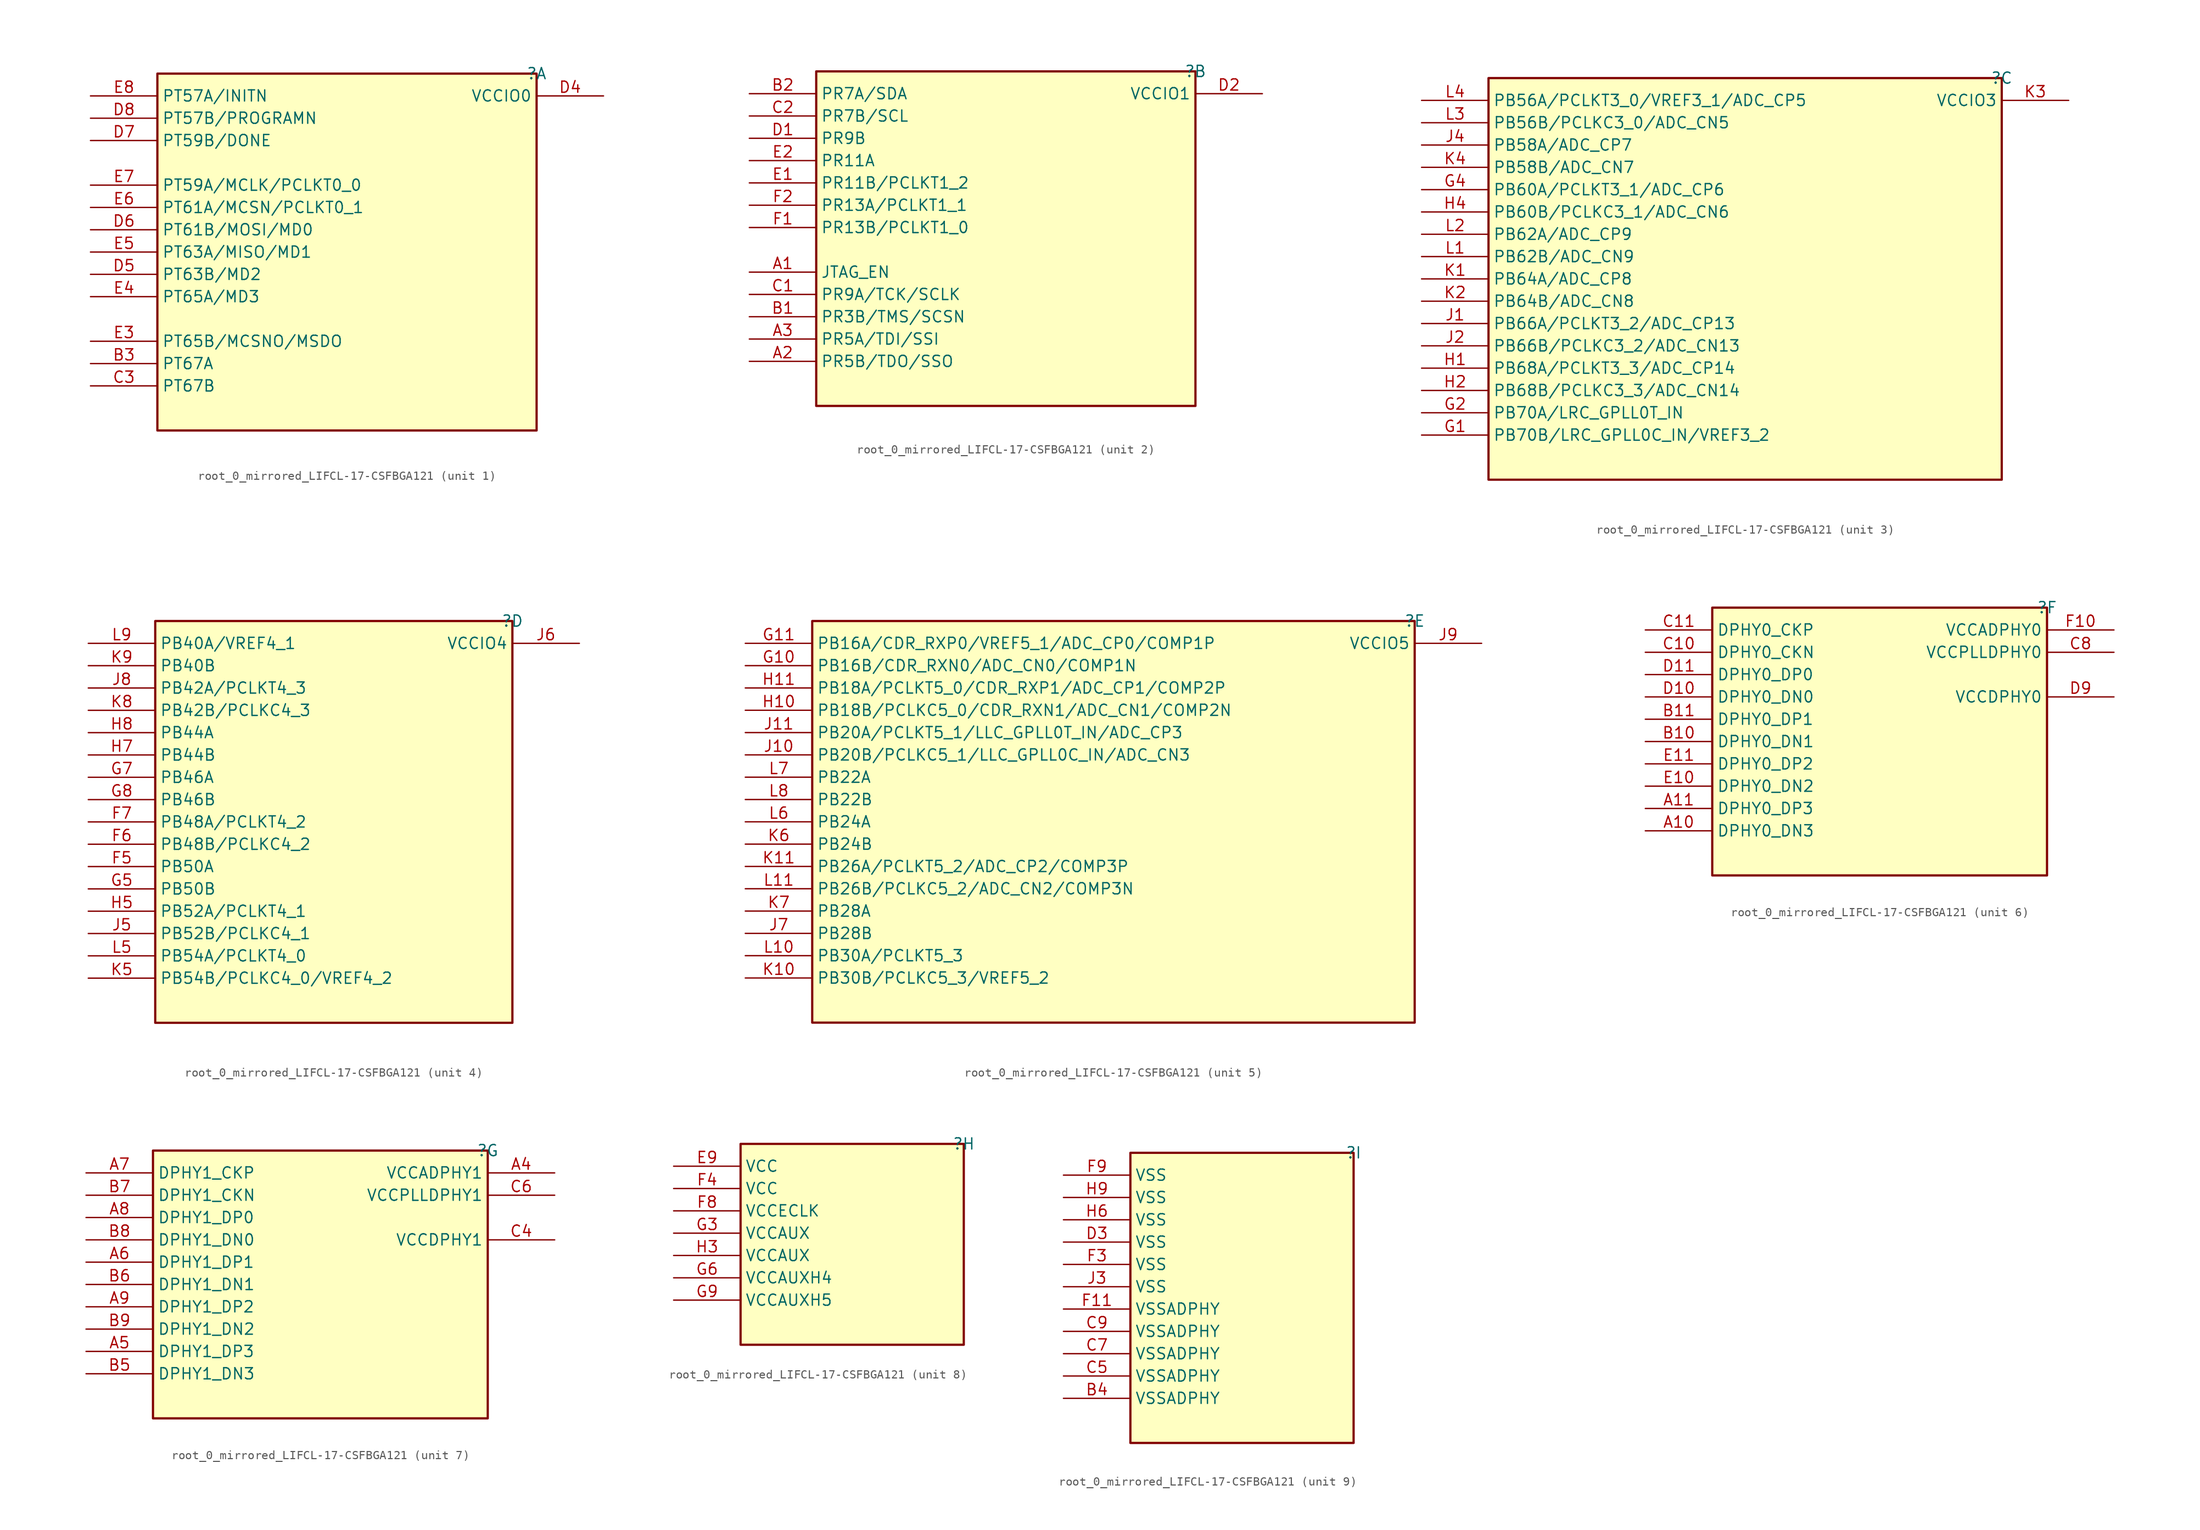
<source format=kicad_sym>
(kicad_symbol_lib
  (version 20231120)
  (generator "kicad_symbol_editor")
  (generator_version "8.0")
  (symbol "root_0_mirrored_LIFCL-17-CSFBGA121"
    (property "Reference" ""
      (at 0 0 0)
      (effects (font (size 1.27 1.27))))
    (property "Value" ""
      (at 0 0 0)
      (effects (font (size 1.27 1.27))))
    (symbol "root_0_mirrored_LIFCL-17-CSFBGA121_1_0"
      (rectangle (start 0 0) (end -43.18 -40.64) (stroke (width 0.254) (type solid) (color 128 0 0 1)) (fill (type background)))
      (pin bidirectional line (at -50.8 -33.02 0) (length 7.62) (name "PT67A" (effects (font (size 1.27 1.27)))) (number "B3" (effects (font (size 1.27 1.27)))))
      (pin bidirectional line (at -50.8 -35.56 0) (length 7.62) (name "PT67B" (effects (font (size 1.27 1.27)))) (number "C3" (effects (font (size 1.27 1.27)))))
      (pin bidirectional line (at 7.62 -2.54 180) (length 7.62) (name "VCCIO0" (effects (font (size 1.27 1.27)))) (number "D4" (effects (font (size 1.27 1.27)))))
      (pin bidirectional line (at -50.8 -22.86 0) (length 7.62) (name "PT63B/MD2" (effects (font (size 1.27 1.27)))) (number "D5" (effects (font (size 1.27 1.27)))))
      (pin bidirectional line (at -50.8 -17.78 0) (length 7.62) (name "PT61B/MOSI/MD0" (effects (font (size 1.27 1.27)))) (number "D6" (effects (font (size 1.27 1.27)))))
      (pin bidirectional line (at -50.8 -7.62 0) (length 7.62) (name "PT59B/DONE" (effects (font (size 1.27 1.27)))) (number "D7" (effects (font (size 1.27 1.27)))))
      (pin bidirectional line (at -50.8 -5.08 0) (length 7.62) (name "PT57B/PROGRAMN" (effects (font (size 1.27 1.27)))) (number "D8" (effects (font (size 1.27 1.27)))))
      (pin bidirectional line (at -50.8 -30.48 0) (length 7.62) (name "PT65B/MCSNO/MSDO" (effects (font (size 1.27 1.27)))) (number "E3" (effects (font (size 1.27 1.27)))))
      (pin bidirectional line (at -50.8 -25.4 0) (length 7.62) (name "PT65A/MD3" (effects (font (size 1.27 1.27)))) (number "E4" (effects (font (size 1.27 1.27)))))
      (pin bidirectional line (at -50.8 -20.32 0) (length 7.62) (name "PT63A/MISO/MD1" (effects (font (size 1.27 1.27)))) (number "E5" (effects (font (size 1.27 1.27)))))
      (pin bidirectional line (at -50.8 -15.24 0) (length 7.62) (name "PT61A/MCSN/PCLKT0_1" (effects (font (size 1.27 1.27)))) (number "E6" (effects (font (size 1.27 1.27)))))
      (pin bidirectional line (at -50.8 -12.7 0) (length 7.62) (name "PT59A/MCLK/PCLKT0_0" (effects (font (size 1.27 1.27)))) (number "E7" (effects (font (size 1.27 1.27)))))
      (pin bidirectional line (at -50.8 -2.54 0) (length 7.62) (name "PT57A/INITN" (effects (font (size 1.27 1.27)))) (number "E8" (effects (font (size 1.27 1.27))))))
    (symbol "root_0_mirrored_LIFCL-17-CSFBGA121_2_0"
      (rectangle (start 0 0) (end -43.18 -38.1) (stroke (width 0.254) (type solid) (color 128 0 0 1)) (fill (type background)))
      (pin bidirectional line (at -50.8 -22.86 0) (length 7.62) (name "JTAG_EN" (effects (font (size 1.27 1.27)))) (number "A1" (effects (font (size 1.27 1.27)))))
      (pin bidirectional line (at -50.8 -33.02 0) (length 7.62) (name "PR5B/TDO/SSO" (effects (font (size 1.27 1.27)))) (number "A2" (effects (font (size 1.27 1.27)))))
      (pin bidirectional line (at -50.8 -30.48 0) (length 7.62) (name "PR5A/TDI/SSI" (effects (font (size 1.27 1.27)))) (number "A3" (effects (font (size 1.27 1.27)))))
      (pin bidirectional line (at -50.8 -27.94 0) (length 7.62) (name "PR3B/TMS/SCSN" (effects (font (size 1.27 1.27)))) (number "B1" (effects (font (size 1.27 1.27)))))
      (pin bidirectional line (at -50.8 -2.54 0) (length 7.62) (name "PR7A/SDA" (effects (font (size 1.27 1.27)))) (number "B2" (effects (font (size 1.27 1.27)))))
      (pin bidirectional line (at -50.8 -25.4 0) (length 7.62) (name "PR9A/TCK/SCLK" (effects (font (size 1.27 1.27)))) (number "C1" (effects (font (size 1.27 1.27)))))
      (pin bidirectional line (at -50.8 -5.08 0) (length 7.62) (name "PR7B/SCL" (effects (font (size 1.27 1.27)))) (number "C2" (effects (font (size 1.27 1.27)))))
      (pin bidirectional line (at -50.8 -7.62 0) (length 7.62) (name "PR9B" (effects (font (size 1.27 1.27)))) (number "D1" (effects (font (size 1.27 1.27)))))
      (pin bidirectional line (at 7.62 -2.54 180) (length 7.62) (name "VCCIO1" (effects (font (size 1.27 1.27)))) (number "D2" (effects (font (size 1.27 1.27)))))
      (pin bidirectional line (at -50.8 -12.7 0) (length 7.62) (name "PR11B/PCLKT1_2" (effects (font (size 1.27 1.27)))) (number "E1" (effects (font (size 1.27 1.27)))))
      (pin bidirectional line (at -50.8 -10.16 0) (length 7.62) (name "PR11A" (effects (font (size 1.27 1.27)))) (number "E2" (effects (font (size 1.27 1.27)))))
      (pin bidirectional line (at -50.8 -17.78 0) (length 7.62) (name "PR13B/PCLKT1_0" (effects (font (size 1.27 1.27)))) (number "F1" (effects (font (size 1.27 1.27)))))
      (pin bidirectional line (at -50.8 -15.24 0) (length 7.62) (name "PR13A/PCLKT1_1" (effects (font (size 1.27 1.27)))) (number "F2" (effects (font (size 1.27 1.27))))))
    (symbol "root_0_mirrored_LIFCL-17-CSFBGA121_3_0"
      (rectangle (start 0 0) (end -58.42 -45.72) (stroke (width 0.254) (type solid) (color 128 0 0 1)) (fill (type background)))
      (pin bidirectional line (at -66.04 -40.64 0) (length 7.62) (name "PB70B/LRC_GPLL0C_IN/VREF3_2" (effects (font (size 1.27 1.27)))) (number "G1" (effects (font (size 1.27 1.27)))))
      (pin bidirectional line (at -66.04 -38.1 0) (length 7.62) (name "PB70A/LRC_GPLL0T_IN" (effects (font (size 1.27 1.27)))) (number "G2" (effects (font (size 1.27 1.27)))))
      (pin bidirectional line (at -66.04 -12.7 0) (length 7.62) (name "PB60A/PCLKT3_1/ADC_CP6" (effects (font (size 1.27 1.27)))) (number "G4" (effects (font (size 1.27 1.27)))))
      (pin bidirectional line (at -66.04 -33.02 0) (length 7.62) (name "PB68A/PCLKT3_3/ADC_CP14" (effects (font (size 1.27 1.27)))) (number "H1" (effects (font (size 1.27 1.27)))))
      (pin bidirectional line (at -66.04 -35.56 0) (length 7.62) (name "PB68B/PCLKC3_3/ADC_CN14" (effects (font (size 1.27 1.27)))) (number "H2" (effects (font (size 1.27 1.27)))))
      (pin bidirectional line (at -66.04 -15.24 0) (length 7.62) (name "PB60B/PCLKC3_1/ADC_CN6" (effects (font (size 1.27 1.27)))) (number "H4" (effects (font (size 1.27 1.27)))))
      (pin bidirectional line (at -66.04 -27.94 0) (length 7.62) (name "PB66A/PCLKT3_2/ADC_CP13" (effects (font (size 1.27 1.27)))) (number "J1" (effects (font (size 1.27 1.27)))))
      (pin bidirectional line (at -66.04 -30.48 0) (length 7.62) (name "PB66B/PCLKC3_2/ADC_CN13" (effects (font (size 1.27 1.27)))) (number "J2" (effects (font (size 1.27 1.27)))))
      (pin bidirectional line (at -66.04 -7.62 0) (length 7.62) (name "PB58A/ADC_CP7" (effects (font (size 1.27 1.27)))) (number "J4" (effects (font (size 1.27 1.27)))))
      (pin bidirectional line (at -66.04 -22.86 0) (length 7.62) (name "PB64A/ADC_CP8" (effects (font (size 1.27 1.27)))) (number "K1" (effects (font (size 1.27 1.27)))))
      (pin bidirectional line (at -66.04 -25.4 0) (length 7.62) (name "PB64B/ADC_CN8" (effects (font (size 1.27 1.27)))) (number "K2" (effects (font (size 1.27 1.27)))))
      (pin bidirectional line (at 7.62 -2.54 180) (length 7.62) (name "VCCIO3" (effects (font (size 1.27 1.27)))) (number "K3" (effects (font (size 1.27 1.27)))))
      (pin bidirectional line (at -66.04 -10.16 0) (length 7.62) (name "PB58B/ADC_CN7" (effects (font (size 1.27 1.27)))) (number "K4" (effects (font (size 1.27 1.27)))))
      (pin bidirectional line (at -66.04 -20.32 0) (length 7.62) (name "PB62B/ADC_CN9" (effects (font (size 1.27 1.27)))) (number "L1" (effects (font (size 1.27 1.27)))))
      (pin bidirectional line (at -66.04 -17.78 0) (length 7.62) (name "PB62A/ADC_CP9" (effects (font (size 1.27 1.27)))) (number "L2" (effects (font (size 1.27 1.27)))))
      (pin bidirectional line (at -66.04 -5.08 0) (length 7.62) (name "PB56B/PCLKC3_0/ADC_CN5" (effects (font (size 1.27 1.27)))) (number "L3" (effects (font (size 1.27 1.27)))))
      (pin bidirectional line (at -66.04 -2.54 0) (length 7.62) (name "PB56A/PCLKT3_0/VREF3_1/ADC_CP5" (effects (font (size 1.27 1.27)))) (number "L4" (effects (font (size 1.27 1.27))))))
    (symbol "root_0_mirrored_LIFCL-17-CSFBGA121_4_0"
      (rectangle (start 0 0) (end -40.64 -45.72) (stroke (width 0.254) (type solid) (color 128 0 0 1)) (fill (type background)))
      (pin bidirectional line (at -48.26 -27.94 0) (length 7.62) (name "PB50A" (effects (font (size 1.27 1.27)))) (number "F5" (effects (font (size 1.27 1.27)))))
      (pin bidirectional line (at -48.26 -25.4 0) (length 7.62) (name "PB48B/PCLKC4_2" (effects (font (size 1.27 1.27)))) (number "F6" (effects (font (size 1.27 1.27)))))
      (pin bidirectional line (at -48.26 -22.86 0) (length 7.62) (name "PB48A/PCLKT4_2" (effects (font (size 1.27 1.27)))) (number "F7" (effects (font (size 1.27 1.27)))))
      (pin bidirectional line (at -48.26 -30.48 0) (length 7.62) (name "PB50B" (effects (font (size 1.27 1.27)))) (number "G5" (effects (font (size 1.27 1.27)))))
      (pin bidirectional line (at -48.26 -17.78 0) (length 7.62) (name "PB46A" (effects (font (size 1.27 1.27)))) (number "G7" (effects (font (size 1.27 1.27)))))
      (pin bidirectional line (at -48.26 -20.32 0) (length 7.62) (name "PB46B" (effects (font (size 1.27 1.27)))) (number "G8" (effects (font (size 1.27 1.27)))))
      (pin bidirectional line (at -48.26 -33.02 0) (length 7.62) (name "PB52A/PCLKT4_1" (effects (font (size 1.27 1.27)))) (number "H5" (effects (font (size 1.27 1.27)))))
      (pin bidirectional line (at -48.26 -15.24 0) (length 7.62) (name "PB44B" (effects (font (size 1.27 1.27)))) (number "H7" (effects (font (size 1.27 1.27)))))
      (pin bidirectional line (at -48.26 -12.7 0) (length 7.62) (name "PB44A" (effects (font (size 1.27 1.27)))) (number "H8" (effects (font (size 1.27 1.27)))))
      (pin bidirectional line (at -48.26 -35.56 0) (length 7.62) (name "PB52B/PCLKC4_1" (effects (font (size 1.27 1.27)))) (number "J5" (effects (font (size 1.27 1.27)))))
      (pin bidirectional line (at 7.62 -2.54 180) (length 7.62) (name "VCCIO4" (effects (font (size 1.27 1.27)))) (number "J6" (effects (font (size 1.27 1.27)))))
      (pin bidirectional line (at -48.26 -7.62 0) (length 7.62) (name "PB42A/PCLKT4_3" (effects (font (size 1.27 1.27)))) (number "J8" (effects (font (size 1.27 1.27)))))
      (pin bidirectional line (at -48.26 -40.64 0) (length 7.62) (name "PB54B/PCLKC4_0/VREF4_2" (effects (font (size 1.27 1.27)))) (number "K5" (effects (font (size 1.27 1.27)))))
      (pin bidirectional line (at -48.26 -10.16 0) (length 7.62) (name "PB42B/PCLKC4_3" (effects (font (size 1.27 1.27)))) (number "K8" (effects (font (size 1.27 1.27)))))
      (pin bidirectional line (at -48.26 -5.08 0) (length 7.62) (name "PB40B" (effects (font (size 1.27 1.27)))) (number "K9" (effects (font (size 1.27 1.27)))))
      (pin bidirectional line (at -48.26 -38.1 0) (length 7.62) (name "PB54A/PCLKT4_0" (effects (font (size 1.27 1.27)))) (number "L5" (effects (font (size 1.27 1.27)))))
      (pin bidirectional line (at -48.26 -2.54 0) (length 7.62) (name "PB40A/VREF4_1" (effects (font (size 1.27 1.27)))) (number "L9" (effects (font (size 1.27 1.27))))))
    (symbol "root_0_mirrored_LIFCL-17-CSFBGA121_5_0"
      (rectangle (start 0 0) (end -68.58 -45.72) (stroke (width 0.254) (type solid) (color 128 0 0 1)) (fill (type background)))
      (pin bidirectional line (at -76.2 -5.08 0) (length 7.62) (name "PB16B/CDR_RXN0/ADC_CN0/COMP1N" (effects (font (size 1.27 1.27)))) (number "G10" (effects (font (size 1.27 1.27)))))
      (pin bidirectional line (at -76.2 -2.54 0) (length 7.62) (name "PB16A/CDR_RXP0/VREF5_1/ADC_CP0/COMP1P" (effects (font (size 1.27 1.27)))) (number "G11" (effects (font (size 1.27 1.27)))))
      (pin bidirectional line (at -76.2 -10.16 0) (length 7.62) (name "PB18B/PCLKC5_0/CDR_RXN1/ADC_CN1/COMP2N" (effects (font (size 1.27 1.27)))) (number "H10" (effects (font (size 1.27 1.27)))))
      (pin bidirectional line (at -76.2 -7.62 0) (length 7.62) (name "PB18A/PCLKT5_0/CDR_RXP1/ADC_CP1/COMP2P" (effects (font (size 1.27 1.27)))) (number "H11" (effects (font (size 1.27 1.27)))))
      (pin bidirectional line (at -76.2 -15.24 0) (length 7.62) (name "PB20B/PCLKC5_1/LLC_GPLL0C_IN/ADC_CN3" (effects (font (size 1.27 1.27)))) (number "J10" (effects (font (size 1.27 1.27)))))
      (pin bidirectional line (at -76.2 -12.7 0) (length 7.62) (name "PB20A/PCLKT5_1/LLC_GPLL0T_IN/ADC_CP3" (effects (font (size 1.27 1.27)))) (number "J11" (effects (font (size 1.27 1.27)))))
      (pin bidirectional line (at -76.2 -35.56 0) (length 7.62) (name "PB28B" (effects (font (size 1.27 1.27)))) (number "J7" (effects (font (size 1.27 1.27)))))
      (pin bidirectional line (at 7.62 -2.54 180) (length 7.62) (name "VCCIO5" (effects (font (size 1.27 1.27)))) (number "J9" (effects (font (size 1.27 1.27)))))
      (pin bidirectional line (at -76.2 -40.64 0) (length 7.62) (name "PB30B/PCLKC5_3/VREF5_2" (effects (font (size 1.27 1.27)))) (number "K10" (effects (font (size 1.27 1.27)))))
      (pin bidirectional line (at -76.2 -27.94 0) (length 7.62) (name "PB26A/PCLKT5_2/ADC_CP2/COMP3P" (effects (font (size 1.27 1.27)))) (number "K11" (effects (font (size 1.27 1.27)))))
      (pin bidirectional line (at -76.2 -25.4 0) (length 7.62) (name "PB24B" (effects (font (size 1.27 1.27)))) (number "K6" (effects (font (size 1.27 1.27)))))
      (pin bidirectional line (at -76.2 -33.02 0) (length 7.62) (name "PB28A" (effects (font (size 1.27 1.27)))) (number "K7" (effects (font (size 1.27 1.27)))))
      (pin bidirectional line (at -76.2 -38.1 0) (length 7.62) (name "PB30A/PCLKT5_3" (effects (font (size 1.27 1.27)))) (number "L10" (effects (font (size 1.27 1.27)))))
      (pin bidirectional line (at -76.2 -30.48 0) (length 7.62) (name "PB26B/PCLKC5_2/ADC_CN2/COMP3N" (effects (font (size 1.27 1.27)))) (number "L11" (effects (font (size 1.27 1.27)))))
      (pin bidirectional line (at -76.2 -22.86 0) (length 7.62) (name "PB24A" (effects (font (size 1.27 1.27)))) (number "L6" (effects (font (size 1.27 1.27)))))
      (pin bidirectional line (at -76.2 -17.78 0) (length 7.62) (name "PB22A" (effects (font (size 1.27 1.27)))) (number "L7" (effects (font (size 1.27 1.27)))))
      (pin bidirectional line (at -76.2 -20.32 0) (length 7.62) (name "PB22B" (effects (font (size 1.27 1.27)))) (number "L8" (effects (font (size 1.27 1.27))))))
    (symbol "root_0_mirrored_LIFCL-17-CSFBGA121_6_0"
      (rectangle (start 0 0) (end -38.1 -30.48) (stroke (width 0.254) (type solid) (color 128 0 0 1)) (fill (type background)))
      (pin bidirectional line (at -45.72 -25.4 0) (length 7.62) (name "DPHY0_DN3" (effects (font (size 1.27 1.27)))) (number "A10" (effects (font (size 1.27 1.27)))))
      (pin bidirectional line (at -45.72 -22.86 0) (length 7.62) (name "DPHY0_DP3" (effects (font (size 1.27 1.27)))) (number "A11" (effects (font (size 1.27 1.27)))))
      (pin bidirectional line (at -45.72 -15.24 0) (length 7.62) (name "DPHY0_DN1" (effects (font (size 1.27 1.27)))) (number "B10" (effects (font (size 1.27 1.27)))))
      (pin bidirectional line (at -45.72 -12.7 0) (length 7.62) (name "DPHY0_DP1" (effects (font (size 1.27 1.27)))) (number "B11" (effects (font (size 1.27 1.27)))))
      (pin bidirectional line (at -45.72 -5.08 0) (length 7.62) (name "DPHY0_CKN" (effects (font (size 1.27 1.27)))) (number "C10" (effects (font (size 1.27 1.27)))))
      (pin bidirectional line (at -45.72 -2.54 0) (length 7.62) (name "DPHY0_CKP" (effects (font (size 1.27 1.27)))) (number "C11" (effects (font (size 1.27 1.27)))))
      (pin bidirectional line (at 7.62 -5.08 180) (length 7.62) (name "VCCPLLDPHY0" (effects (font (size 1.27 1.27)))) (number "C8" (effects (font (size 1.27 1.27)))))
      (pin bidirectional line (at -45.72 -10.16 0) (length 7.62) (name "DPHY0_DN0" (effects (font (size 1.27 1.27)))) (number "D10" (effects (font (size 1.27 1.27)))))
      (pin bidirectional line (at -45.72 -7.62 0) (length 7.62) (name "DPHY0_DP0" (effects (font (size 1.27 1.27)))) (number "D11" (effects (font (size 1.27 1.27)))))
      (pin bidirectional line (at 7.62 -10.16 180) (length 7.62) (name "VCCDPHY0" (effects (font (size 1.27 1.27)))) (number "D9" (effects (font (size 1.27 1.27)))))
      (pin bidirectional line (at -45.72 -20.32 0) (length 7.62) (name "DPHY0_DN2" (effects (font (size 1.27 1.27)))) (number "E10" (effects (font (size 1.27 1.27)))))
      (pin bidirectional line (at -45.72 -17.78 0) (length 7.62) (name "DPHY0_DP2" (effects (font (size 1.27 1.27)))) (number "E11" (effects (font (size 1.27 1.27)))))
      (pin bidirectional line (at 7.62 -2.54 180) (length 7.62) (name "VCCADPHY0" (effects (font (size 1.27 1.27)))) (number "F10" (effects (font (size 1.27 1.27))))))
    (symbol "root_0_mirrored_LIFCL-17-CSFBGA121_7_0"
      (rectangle (start 0 0) (end -38.1 -30.48) (stroke (width 0.254) (type solid) (color 128 0 0 1)) (fill (type background)))
      (pin bidirectional line (at 7.62 -2.54 180) (length 7.62) (name "VCCADPHY1" (effects (font (size 1.27 1.27)))) (number "A4" (effects (font (size 1.27 1.27)))))
      (pin bidirectional line (at -45.72 -22.86 0) (length 7.62) (name "DPHY1_DP3" (effects (font (size 1.27 1.27)))) (number "A5" (effects (font (size 1.27 1.27)))))
      (pin bidirectional line (at -45.72 -12.7 0) (length 7.62) (name "DPHY1_DP1" (effects (font (size 1.27 1.27)))) (number "A6" (effects (font (size 1.27 1.27)))))
      (pin bidirectional line (at -45.72 -2.54 0) (length 7.62) (name "DPHY1_CKP" (effects (font (size 1.27 1.27)))) (number "A7" (effects (font (size 1.27 1.27)))))
      (pin bidirectional line (at -45.72 -7.62 0) (length 7.62) (name "DPHY1_DP0" (effects (font (size 1.27 1.27)))) (number "A8" (effects (font (size 1.27 1.27)))))
      (pin bidirectional line (at -45.72 -17.78 0) (length 7.62) (name "DPHY1_DP2" (effects (font (size 1.27 1.27)))) (number "A9" (effects (font (size 1.27 1.27)))))
      (pin bidirectional line (at -45.72 -25.4 0) (length 7.62) (name "DPHY1_DN3" (effects (font (size 1.27 1.27)))) (number "B5" (effects (font (size 1.27 1.27)))))
      (pin bidirectional line (at -45.72 -15.24 0) (length 7.62) (name "DPHY1_DN1" (effects (font (size 1.27 1.27)))) (number "B6" (effects (font (size 1.27 1.27)))))
      (pin bidirectional line (at -45.72 -5.08 0) (length 7.62) (name "DPHY1_CKN" (effects (font (size 1.27 1.27)))) (number "B7" (effects (font (size 1.27 1.27)))))
      (pin bidirectional line (at -45.72 -10.16 0) (length 7.62) (name "DPHY1_DN0" (effects (font (size 1.27 1.27)))) (number "B8" (effects (font (size 1.27 1.27)))))
      (pin bidirectional line (at -45.72 -20.32 0) (length 7.62) (name "DPHY1_DN2" (effects (font (size 1.27 1.27)))) (number "B9" (effects (font (size 1.27 1.27)))))
      (pin bidirectional line (at 7.62 -10.16 180) (length 7.62) (name "VCCDPHY1" (effects (font (size 1.27 1.27)))) (number "C4" (effects (font (size 1.27 1.27)))))
      (pin bidirectional line (at 7.62 -5.08 180) (length 7.62) (name "VCCPLLDPHY1" (effects (font (size 1.27 1.27)))) (number "C6" (effects (font (size 1.27 1.27))))))
    (symbol "root_0_mirrored_LIFCL-17-CSFBGA121_8_0"
      (rectangle (start 0 0) (end -25.4 -22.86) (stroke (width 0.254) (type solid) (color 128 0 0 1)) (fill (type background)))
      (pin bidirectional line (at -33.02 -2.54 0) (length 7.62) (name "VCC" (effects (font (size 1.27 1.27)))) (number "E9" (effects (font (size 1.27 1.27)))))
      (pin bidirectional line (at -33.02 -5.08 0) (length 7.62) (name "VCC" (effects (font (size 1.27 1.27)))) (number "F4" (effects (font (size 1.27 1.27)))))
      (pin bidirectional line (at -33.02 -7.62 0) (length 7.62) (name "VCCECLK" (effects (font (size 1.27 1.27)))) (number "F8" (effects (font (size 1.27 1.27)))))
      (pin bidirectional line (at -33.02 -10.16 0) (length 7.62) (name "VCCAUX" (effects (font (size 1.27 1.27)))) (number "G3" (effects (font (size 1.27 1.27)))))
      (pin bidirectional line (at -33.02 -15.24 0) (length 7.62) (name "VCCAUXH4" (effects (font (size 1.27 1.27)))) (number "G6" (effects (font (size 1.27 1.27)))))
      (pin bidirectional line (at -33.02 -17.78 0) (length 7.62) (name "VCCAUXH5" (effects (font (size 1.27 1.27)))) (number "G9" (effects (font (size 1.27 1.27)))))
      (pin bidirectional line (at -33.02 -12.7 0) (length 7.62) (name "VCCAUX" (effects (font (size 1.27 1.27)))) (number "H3" (effects (font (size 1.27 1.27))))))
    (symbol "root_0_mirrored_LIFCL-17-CSFBGA121_9_0"
      (rectangle (start 0 0) (end -25.4 -33.02) (stroke (width 0.254) (type solid) (color 128 0 0 1)) (fill (type background)))
      (pin passive line (at -33.02 -27.94 0) (length 7.62) (name "VSSADPHY" (effects (font (size 1.27 1.27)))) (number "B4" (effects (font (size 1.27 1.27)))))
      (pin passive line (at -33.02 -25.4 0) (length 7.62) (name "VSSADPHY" (effects (font (size 1.27 1.27)))) (number "C5" (effects (font (size 1.27 1.27)))))
      (pin passive line (at -33.02 -22.86 0) (length 7.62) (name "VSSADPHY" (effects (font (size 1.27 1.27)))) (number "C7" (effects (font (size 1.27 1.27)))))
      (pin passive line (at -33.02 -20.32 0) (length 7.62) (name "VSSADPHY" (effects (font (size 1.27 1.27)))) (number "C9" (effects (font (size 1.27 1.27)))))
      (pin passive line (at -33.02 -10.16 0) (length 7.62) (name "VSS" (effects (font (size 1.27 1.27)))) (number "D3" (effects (font (size 1.27 1.27)))))
      (pin passive line (at -33.02 -17.78 0) (length 7.62) (name "VSSADPHY" (effects (font (size 1.27 1.27)))) (number "F11" (effects (font (size 1.27 1.27)))))
      (pin passive line (at -33.02 -12.7 0) (length 7.62) (name "VSS" (effects (font (size 1.27 1.27)))) (number "F3" (effects (font (size 1.27 1.27)))))
      (pin passive line (at -33.02 -2.54 0) (length 7.62) (name "VSS" (effects (font (size 1.27 1.27)))) (number "F9" (effects (font (size 1.27 1.27)))))
      (pin passive line (at -33.02 -7.62 0) (length 7.62) (name "VSS" (effects (font (size 1.27 1.27)))) (number "H6" (effects (font (size 1.27 1.27)))))
      (pin passive line (at -33.02 -5.08 0) (length 7.62) (name "VSS" (effects (font (size 1.27 1.27)))) (number "H9" (effects (font (size 1.27 1.27)))))
      (pin passive line (at -33.02 -15.24 0) (length 7.62) (name "VSS" (effects (font (size 1.27 1.27)))) (number "J3" (effects (font (size 1.27 1.27))))))))
</source>
